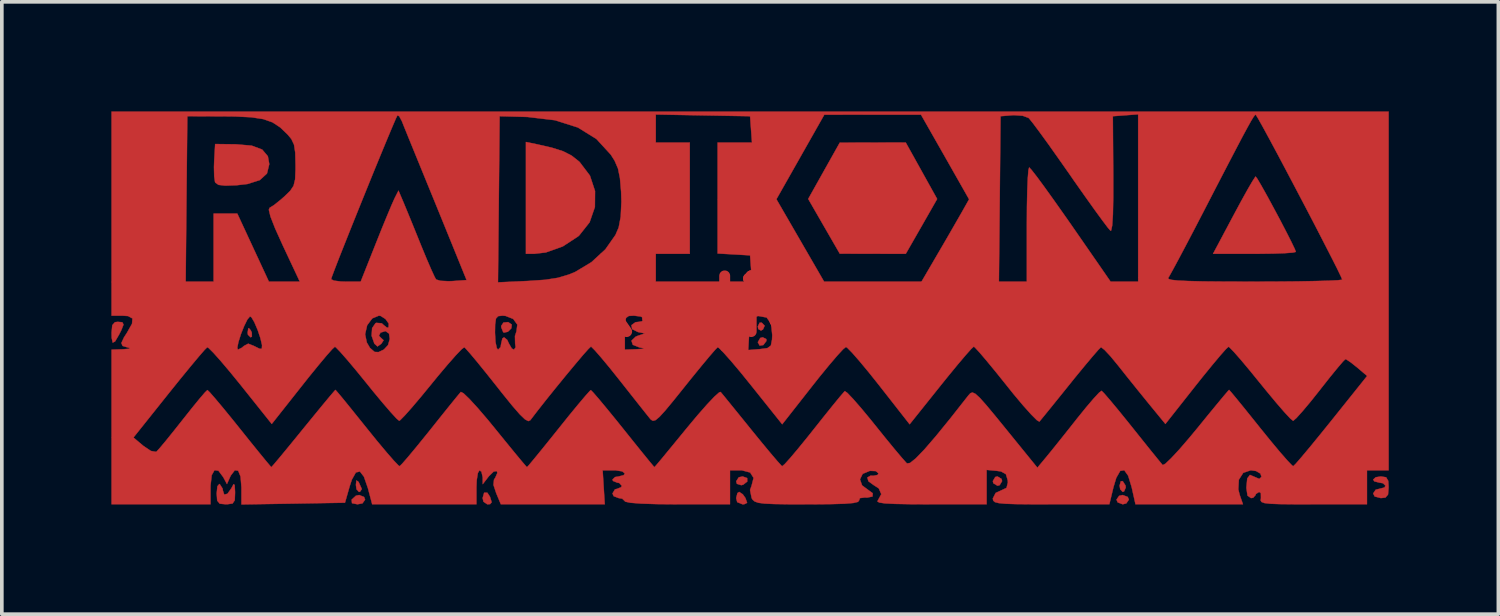
<source format=kicad_pcb>
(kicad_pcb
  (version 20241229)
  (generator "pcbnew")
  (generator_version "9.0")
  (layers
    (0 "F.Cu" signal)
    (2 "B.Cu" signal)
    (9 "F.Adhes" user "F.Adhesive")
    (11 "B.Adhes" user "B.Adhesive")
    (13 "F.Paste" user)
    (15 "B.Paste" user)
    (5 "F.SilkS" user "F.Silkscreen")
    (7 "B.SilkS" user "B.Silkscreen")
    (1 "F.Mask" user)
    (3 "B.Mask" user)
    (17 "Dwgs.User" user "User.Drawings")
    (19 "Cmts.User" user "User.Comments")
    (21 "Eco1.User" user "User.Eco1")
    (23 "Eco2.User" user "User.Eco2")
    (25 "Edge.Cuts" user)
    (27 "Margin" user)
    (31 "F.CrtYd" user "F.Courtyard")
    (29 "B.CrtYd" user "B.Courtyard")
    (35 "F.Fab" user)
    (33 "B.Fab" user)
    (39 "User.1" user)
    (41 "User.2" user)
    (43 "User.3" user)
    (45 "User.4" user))
  (footprint "Radiona"
    (layer "F.Cu")
    (at 17.446 5.339)
    (property "Reference" "Radiona" (at 0 0 0) (layer "F.Cu") (effects (font (size 1.524 1.524) (thickness 0.3))))
    (attr through_hole)
    (fp_poly (pts (xy 0.442 0.53) (xy 0.394 0.634) (xy 0.339 0.663) (xy 0.267 0.62) (xy 0.254 0.55) (xy 0.303 0.448) (xy 0.36 0.445) (xy 0.442 0.53)) (stroke (width 0.01) (type solid)) (fill yes) (layer "F.Cu"))
    (fp_poly (pts (xy 0.487 0.896) (xy 0.489 0.947) (xy 0.404 1.059) (xy 0.303 1.073) (xy 0.254 0.981) (xy 0.322 0.864) (xy 0.388 0.847) (xy 0.487 0.896)) (stroke (width 0.01) (type solid)) (fill yes) (layer "F.Cu"))
    (fp_poly (pts (xy -13.628 0.659) (xy -13.601 0.72) (xy -13.599 0.829) (xy -13.634 0.847) (xy -13.707 0.778) (xy -13.716 0.72) (xy -13.698 0.607) (xy -13.683 0.593) (xy -13.628 0.659)) (stroke (width 0.01) (type solid)) (fill yes) (layer "F.Cu"))
    (fp_poly (pts (xy -10.688 4.796) (xy -10.668 4.826) (xy -10.589 5.001) (xy -10.64 5.077) (xy -10.668 5.08) (xy -10.734 5.008) (xy -10.751 4.889) (xy -10.738 4.766) (xy -10.688 4.796)) (stroke (width 0.01) (type solid)) (fill yes) (layer "F.Cu"))
    (fp_poly (pts (xy -10.527 5.22) (xy -10.499 5.292) (xy -10.572 5.394) (xy -10.708 5.419) (xy -10.858 5.389) (xy -10.868 5.292) (xy -10.752 5.185) (xy -10.659 5.165) (xy -10.527 5.22)) (stroke (width 0.01) (type solid)) (fill yes) (layer "F.Cu"))
    (fp_poly (pts (xy -7.079 5.214) (xy -7.033 5.364) (xy -7.077 5.414) (xy -7.154 5.419) (xy -7.258 5.348) (xy -7.281 5.249) (xy -7.24 5.103) (xy -7.151 5.103) (xy -7.079 5.214)) (stroke (width 0.01) (type solid)) (fill yes) (layer "F.Cu"))
    (fp_poly (pts (xy -0.038 4.701) (xy -0.035 4.796) (xy -0.144 4.881) (xy -0.198 4.896) (xy -0.318 4.859) (xy -0.339 4.79) (xy -0.267 4.68) (xy -0.162 4.657) (xy -0.038 4.701)) (stroke (width 0.01) (type solid)) (fill yes) (layer "F.Cu"))
    (fp_poly (pts (xy 6.928 4.724) (xy 6.943 4.784) (xy 6.875 4.896) (xy 6.816 4.911) (xy 6.703 4.843) (xy 6.689 4.784) (xy 6.756 4.671) (xy 6.816 4.657) (xy 6.928 4.724)) (stroke (width 0.01) (type solid)) (fill yes) (layer "F.Cu"))
    (fp_poly (pts (xy 10.323 4.906) (xy 10.329 4.958) (xy 10.282 5.067) (xy 10.245 5.08) (xy 10.177 5.009) (xy 10.16 4.906) (xy 10.193 4.789) (xy 10.245 4.784) (xy 10.323 4.906)) (stroke (width 0.01) (type solid)) (fill yes) (layer "F.Cu"))
    (fp_poly (pts (xy 10.383 5.218) (xy 10.414 5.292) (xy 10.343 5.395) (xy 10.245 5.419) (xy 10.107 5.366) (xy 10.075 5.292) (xy 10.146 5.188) (xy 10.245 5.165) (xy 10.383 5.218)) (stroke (width 0.01) (type solid)) (fill yes) (layer "F.Cu"))
    (fp_poly (pts (xy -6.483 0.498) (xy -6.495 0.601) (xy -6.59 0.695) (xy -6.697 0.718) (xy -6.718 0.705) (xy -6.77 0.577) (xy -6.773 0.536) (xy -6.711 0.443) (xy -6.582 0.43) (xy -6.483 0.498)) (stroke (width 0.01) (type solid)) (fill yes) (layer "F.Cu"))
    (fp_poly (pts (xy -0.157 5.146) (xy -0.085 5.249) (xy -0.039 5.378) (xy -0.117 5.417) (xy -0.166 5.419) (xy -0.31 5.36) (xy -0.339 5.249) (xy -0.304 5.112) (xy -0.257 5.08) (xy -0.157 5.146)) (stroke (width 0.01) (type solid)) (fill yes) (layer "F.Cu"))
    (fp_poly (pts (xy -17.146 0.435) (xy -17.114 0.498) (xy -17.173 0.649) (xy -17.232 0.766) (xy -17.345 0.96) (xy -17.41 0.993) (xy -17.438 0.863) (xy -17.441 0.72) (xy -17.422 0.515) (xy -17.348 0.433) (xy -17.272 0.423) (xy -17.146 0.435)) (stroke (width 0.01) (type solid)) (fill yes) (layer "F.Cu"))
    (fp_poly (pts (xy 4.734 -3.714) (xy 5.164 -2.941) (xy 4.735 -2.19) (xy 4.305 -1.439) (xy 3.401 -1.441) (xy 2.498 -1.443) (xy 2.066 -2.192) (xy 1.634 -2.942) (xy 2.066 -3.713) (xy 2.498 -4.483) (xy 3.401 -4.485) (xy 4.304 -4.487) (xy 4.734 -3.714)) (stroke (width 0.01) (type solid)) (fill yes) (layer "F.Cu"))
    (fp_poly (pts (xy -14.035 -4.438) (xy -13.604 -4.401) (xy -13.317 -4.294) (xy -13.162 -4.111) (xy -13.123 -3.895) (xy -13.186 -3.638) (xy -13.382 -3.458) (xy -13.719 -3.351) (xy -14.016 -3.317) (xy -14.33 -3.306) (xy -14.512 -3.327) (xy -14.597 -3.386) (xy -14.609 -3.408) (xy -14.631 -3.56) (xy -14.637 -3.813) (xy -14.631 -3.989) (xy -14.605 -4.445) (xy -14.035 -4.438)) (stroke (width 0.01) (type solid)) (fill yes) (layer "F.Cu"))
    (fp_poly (pts (xy -5.821 -4.445) (xy -5.387 -4.346) (xy -5.076 -4.247) (xy -4.844 -4.128) (xy -4.644 -3.97) (xy -4.626 -3.954) (xy -4.343 -3.581) (xy -4.203 -3.158) (xy -4.207 -2.72) (xy -4.352 -2.302) (xy -4.639 -1.94) (xy -4.667 -1.916) (xy -5.086 -1.642) (xy -5.552 -1.476) (xy -5.873 -1.439) (xy -6.096 -1.439) (xy -6.096 -4.501) (xy -5.821 -4.445)) (stroke (width 0.01) (type solid)) (fill yes) (layer "F.Cu"))
    (fp_poly (pts (xy 17.457 4.679) (xy 17.516 4.778) (xy 17.526 4.953) (xy 17.51 5.153) (xy 17.439 5.235) (xy 17.314 5.249) (xy 17.144 5.205) (xy 17.103 5.122) (xy 17.173 5.019) (xy 17.272 4.995) (xy 17.41 4.96) (xy 17.441 4.911) (xy 17.37 4.842) (xy 17.272 4.826) (xy 17.134 4.791) (xy 17.103 4.741) (xy 17.175 4.678) (xy 17.314 4.657) (xy 17.457 4.679)) (stroke (width 0.01) (type solid)) (fill yes) (layer "F.Cu"))
    (fp_poly (pts (xy -14.478 4.868) (xy -14.4 4.991) (xy -14.393 5.043) (xy -14.356 5.154) (xy -14.267 5.13) (xy -14.161 4.98) (xy -14.158 4.974) (xy -14.099 4.867) (xy -14.071 4.891) (xy -14.061 5.062) (xy -14.06 5.101) (xy -14.068 5.309) (xy -14.128 5.398) (xy -14.278 5.419) (xy -14.309 5.419) (xy -14.478 5.403) (xy -14.549 5.32) (xy -14.563 5.121) (xy -14.563 5.117) (xy -14.543 4.925) (xy -14.49 4.863) (xy -14.478 4.868)) (stroke (width 0.01) (type solid)) (fill yes) (layer "F.Cu"))
    (fp_poly (pts (xy 13.937 -3.485) (xy 14.047 -3.297) (xy 14.199 -3.026) (xy 14.374 -2.703) (xy 14.556 -2.363) (xy 14.725 -2.038) (xy 14.865 -1.762) (xy 14.958 -1.568) (xy 14.986 -1.492) (xy 14.906 -1.473) (xy 14.689 -1.457) (xy 14.363 -1.445) (xy 13.962 -1.44) (xy 13.852 -1.439) (xy 12.718 -1.439) (xy 13.281 -2.497) (xy 13.485 -2.876) (xy 13.662 -3.195) (xy 13.797 -3.427) (xy 13.874 -3.545) (xy 13.885 -3.555) (xy 13.937 -3.485)) (stroke (width 0.01) (type solid)) (fill yes) (layer "F.Cu"))
    (fp_poly (pts (xy 17.526 4.487) (xy 16.933 4.487) (xy 16.933 5.419) (xy 15.46 5.419) (xy 14.929 5.418) (xy 14.544 5.414) (xy 14.284 5.404) (xy 14.125 5.385) (xy 14.045 5.355) (xy 14.021 5.312) (xy 14.03 5.251) (xy 14.03 5.249) (xy 14.028 5.114) (xy 13.98 5.08) (xy 13.89 5.139) (xy 13.885 5.165) (xy 13.817 5.24) (xy 13.758 5.249) (xy 13.662 5.182) (xy 13.631 4.969) (xy 13.631 4.967) (xy 13.655 4.712) (xy 13.729 4.614) (xy 13.858 4.669) (xy 13.858 4.669) (xy 13.986 4.724) (xy 14.045 4.668) (xy 14.016 4.578) (xy 13.896 4.508) (xy 13.752 4.487) (xy 13.545 4.558) (xy 13.425 4.745) (xy 13.41 5.009) (xy 13.447 5.158) (xy 13.538 5.419) (xy 10.595 5.419) (xy 10.491 4.953) (xy 10.394 4.635) (xy 10.287 4.486) (xy 10.177 4.505) (xy 10.069 4.693) (xy 9.991 4.953) (xy 9.879 5.419) (xy 8.284 5.419) (xy 7.727 5.418) (xy 7.317 5.414) (xy 7.032 5.404) (xy 6.849 5.386) (xy 6.746 5.359) (xy 6.7 5.319) (xy 6.689 5.265) (xy 6.689 5.259) (xy 6.766 5.108) (xy 6.906 5.044) (xy 7.064 4.969) (xy 7.101 4.82) (xy 7.096 4.76) (xy 7.047 4.594) (xy 6.914 4.52) (xy 6.795 4.503) (xy 6.519 4.477) (xy 6.519 5.419) (xy 4.978 5.419) (xy 4.416 5.416) (xy 4.006 5.408) (xy 3.733 5.394) (xy 3.579 5.371) (xy 3.528 5.34) (xy 3.539 5.317) (xy 3.635 5.141) (xy 3.566 4.983) (xy 3.427 4.894) (xy 3.282 4.788) (xy 3.253 4.686) (xy 3.343 4.634) (xy 3.417 4.639) (xy 3.535 4.615) (xy 3.556 4.57) (xy 3.484 4.51) (xy 3.323 4.503) (xy 3.125 4.585) (xy 3.051 4.736) (xy 3.109 4.902) (xy 3.251 5.007) (xy 3.4 5.116) (xy 3.394 5.206) (xy 3.243 5.237) (xy 3.189 5.232) (xy 3.049 5.25) (xy 3.027 5.313) (xy 2.996 5.353) (xy 2.872 5.383) (xy 2.637 5.403) (xy 2.273 5.414) (xy 1.762 5.419) (xy 1.612 5.419) (xy 1.086 5.418) (xy 0.704 5.412) (xy 0.44 5.4) (xy 0.271 5.378) (xy 0.17 5.343) (xy 0.112 5.293) (xy 0.085 5.249) (xy 0.041 5.027) (xy 0.081 4.917) (xy 0.138 4.697) (xy 0.045 4.549) (xy -0.186 4.488) (xy -0.221 4.487) (xy -0.508 4.487) (xy -0.508 5.419) (xy -1.947 5.419) (xy -2.509 5.414) (xy -2.942 5.4) (xy -3.235 5.377) (xy -3.376 5.347) (xy -3.387 5.334) (xy -3.458 5.265) (xy -3.556 5.249) (xy -3.694 5.196) (xy -3.725 5.122) (xy -3.658 5.01) (xy -3.598 4.995) (xy -3.486 4.95) (xy -3.471 4.911) (xy -3.54 4.836) (xy -3.598 4.826) (xy -3.711 4.78) (xy -3.725 4.741) (xy -3.654 4.673) (xy -3.556 4.657) (xy -3.418 4.621) (xy -3.387 4.572) (xy -3.461 4.517) (xy -3.645 4.488) (xy -3.691 4.487) (xy -3.995 4.487) (xy -3.966 4.953) (xy -3.937 5.419) (xy -5.359 5.419) (xy -6.782 5.419) (xy -6.909 5.115) (xy -6.984 4.888) (xy -6.97 4.744) (xy -6.935 4.69) (xy -6.878 4.561) (xy -6.894 4.508) (xy -6.98 4.524) (xy -7.107 4.647) (xy -7.116 4.658) (xy -7.278 4.868) (xy -7.279 4.678) (xy -7.313 4.529) (xy -7.366 4.487) (xy -7.412 4.564) (xy -7.443 4.761) (xy -7.451 4.953) (xy -7.451 5.419) (xy -10.305 5.419) (xy -10.423 4.975) (xy -10.531 4.664) (xy -10.641 4.521) (xy -10.752 4.547) (xy -10.861 4.742) (xy -10.923 4.93) (xy -11.05 5.376) (xy -12.468 5.4) (xy -13.885 5.423) (xy -13.885 4.955) (xy -13.909 4.66) (xy -13.974 4.5) (xy -14.066 4.487) (xy -14.176 4.63) (xy -14.198 4.676) (xy -14.282 4.865) (xy -14.383 4.676) (xy -14.514 4.5) (xy -14.623 4.485) (xy -14.699 4.622) (xy -14.731 4.903) (xy -14.732 4.953) (xy -14.732 5.419) (xy -17.441 5.419) (xy -17.441 3.591) (xy -16.842 3.591) (xy -16.57 3.82) (xy -16.363 3.959) (xy -16.224 3.983) (xy -16.208 3.974) (xy -16.123 3.881) (xy -15.958 3.684) (xy -15.738 3.411) (xy -15.489 3.097) (xy -15.242 2.786) (xy -15.034 2.531) (xy -14.885 2.357) (xy -14.817 2.291) (xy -14.817 2.291) (xy -14.752 2.353) (xy -14.602 2.525) (xy -14.383 2.786) (xy -14.116 3.113) (xy -13.929 3.346) (xy -13.643 3.703) (xy -13.395 4.009) (xy -13.205 4.241) (xy -13.091 4.376) (xy -13.066 4.403) (xy -13.01 4.34) (xy -12.865 4.169) (xy -12.65 3.909) (xy -12.384 3.584) (xy -12.189 3.344) (xy -11.898 2.988) (xy -11.647 2.682) (xy -11.454 2.45) (xy -11.337 2.313) (xy -11.311 2.286) (xy -11.255 2.349) (xy -11.111 2.521) (xy -10.899 2.782) (xy -10.636 3.109) (xy -10.451 3.339) (xy -10.163 3.695) (xy -9.909 3.998) (xy -9.711 4.225) (xy -9.586 4.355) (xy -9.553 4.376) (xy -9.484 4.308) (xy -9.329 4.13) (xy -9.11 3.867) (xy -8.846 3.542) (xy -8.721 3.387) (xy -8.442 3.037) (xy -8.198 2.733) (xy -8.009 2.5) (xy -7.896 2.364) (xy -7.877 2.342) (xy -7.804 2.38) (xy -7.645 2.532) (xy -7.421 2.776) (xy -7.15 3.092) (xy -6.949 3.337) (xy -6.658 3.695) (xy -6.407 4.002) (xy -6.213 4.236) (xy -6.095 4.374) (xy -6.067 4.403) (xy -6.009 4.34) (xy -5.865 4.167) (xy -5.652 3.906) (xy -5.388 3.579) (xy -5.202 3.347) (xy -4.915 2.989) (xy -4.664 2.684) (xy -4.469 2.453) (xy -4.348 2.318) (xy -4.318 2.293) (xy -4.254 2.357) (xy -4.103 2.531) (xy -3.885 2.793) (xy -3.618 3.12) (xy -3.434 3.349) (xy -3.148 3.706) (xy -2.902 4.011) (xy -2.714 4.242) (xy -2.601 4.377) (xy -2.577 4.403) (xy -2.522 4.341) (xy -2.377 4.169) (xy -2.163 3.909) (xy -1.896 3.584) (xy -1.694 3.337) (xy -1.4 2.985) (xy -1.141 2.69) (xy -0.936 2.473) (xy -0.804 2.356) (xy -0.765 2.343) (xy -0.692 2.431) (xy -0.534 2.625) (xy -0.31 2.901) (xy -0.041 3.233) (xy 0.083 3.387) (xy 0.363 3.73) (xy 0.606 4.023) (xy 0.792 4.241) (xy 0.902 4.362) (xy 0.921 4.377) (xy 0.989 4.32) (xy 1.141 4.152) (xy 1.358 3.894) (xy 1.622 3.57) (xy 1.777 3.375) (xy 2.059 3.02) (xy 2.305 2.714) (xy 2.496 2.481) (xy 2.613 2.345) (xy 2.637 2.321) (xy 2.707 2.371) (xy 2.861 2.532) (xy 3.079 2.782) (xy 3.341 3.098) (xy 3.462 3.248) (xy 3.743 3.597) (xy 3.994 3.903) (xy 4.193 4.139) (xy 4.316 4.278) (xy 4.339 4.3) (xy 4.423 4.287) (xy 4.579 4.162) (xy 4.813 3.92) (xy 5.128 3.555) (xy 5.53 3.061) (xy 6.021 2.437) (xy 6.075 2.377) (xy 6.133 2.358) (xy 6.213 2.395) (xy 6.332 2.504) (xy 6.507 2.7) (xy 6.756 2.999) (xy 7.033 3.339) (xy 7.909 4.417) (xy 8.144 4.135) (xy 8.293 3.953) (xy 8.514 3.678) (xy 8.775 3.35) (xy 8.994 3.073) (xy 9.239 2.77) (xy 9.448 2.525) (xy 9.598 2.363) (xy 9.666 2.311) (xy 9.736 2.38) (xy 9.89 2.558) (xy 10.11 2.822) (xy 10.374 3.147) (xy 10.498 3.302) (xy 10.777 3.651) (xy 11.021 3.955) (xy 11.21 4.188) (xy 11.322 4.324) (xy 11.342 4.346) (xy 11.415 4.307) (xy 11.573 4.156) (xy 11.799 3.913) (xy 12.071 3.597) (xy 12.275 3.351) (xy 12.566 2.993) (xy 12.818 2.687) (xy 13.012 2.453) (xy 13.13 2.315) (xy 13.158 2.286) (xy 13.214 2.349) (xy 13.357 2.521) (xy 13.57 2.782) (xy 13.833 3.109) (xy 14.017 3.339) (xy 14.306 3.695) (xy 14.559 3.998) (xy 14.758 4.225) (xy 14.883 4.355) (xy 14.915 4.376) (xy 14.984 4.308) (xy 15.14 4.128) (xy 15.366 3.858) (xy 15.644 3.518) (xy 15.955 3.133) (xy 16.938 1.905) (xy 16.664 1.672) (xy 16.485 1.53) (xy 16.364 1.45) (xy 16.344 1.444) (xy 16.278 1.508) (xy 16.129 1.682) (xy 15.92 1.938) (xy 15.672 2.252) (xy 15.643 2.29) (xy 15.388 2.61) (xy 15.167 2.873) (xy 15.002 3.056) (xy 14.915 3.132) (xy 14.911 3.133) (xy 14.834 3.07) (xy 14.673 2.897) (xy 14.447 2.636) (xy 14.177 2.311) (xy 14.019 2.117) (xy 13.734 1.767) (xy 13.485 1.469) (xy 13.29 1.247) (xy 13.169 1.123) (xy 13.142 1.105) (xy 13.072 1.169) (xy 12.916 1.345) (xy 12.695 1.609) (xy 12.427 1.938) (xy 12.247 2.164) (xy 11.414 3.219) (xy 10.959 2.664) (xy 10.678 2.318) (xy 10.374 1.94) (xy 10.112 1.61) (xy 10.106 1.603) (xy 9.909 1.364) (xy 9.749 1.193) (xy 9.656 1.12) (xy 9.648 1.12) (xy 9.576 1.191) (xy 9.42 1.37) (xy 9.198 1.635) (xy 8.931 1.96) (xy 8.805 2.117) (xy 8.525 2.465) (xy 8.281 2.767) (xy 8.093 2.998) (xy 7.982 3.133) (xy 7.963 3.156) (xy 7.894 3.115) (xy 7.74 2.961) (xy 7.52 2.715) (xy 7.253 2.397) (xy 7.064 2.161) (xy 6.776 1.802) (xy 6.523 1.495) (xy 6.325 1.262) (xy 6.2 1.127) (xy 6.167 1.101) (xy 6.098 1.164) (xy 5.944 1.337) (xy 5.722 1.599) (xy 5.453 1.927) (xy 5.262 2.164) (xy 4.411 3.228) (xy 3.581 2.168) (xy 3.294 1.808) (xy 3.039 1.501) (xy 2.836 1.269) (xy 2.704 1.135) (xy 2.667 1.111) (xy 2.588 1.175) (xy 2.426 1.351) (xy 2.2 1.616) (xy 1.93 1.946) (xy 1.752 2.171) (xy 0.922 3.228) (xy 0.069 2.161) (xy -0.221 1.803) (xy -0.477 1.499) (xy -0.68 1.271) (xy -0.754 1.196) (xy -0.009 1.196) (xy 0.313 1.17) (xy 0.516 1.143) (xy 0.611 1.074) (xy 0.643 0.911) (xy 0.649 0.787) (xy 0.618 0.477) (xy 0.496 0.305) (xy 0.275 0.264) (xy 0.237 0.269) (xy 0.122 0.305) (xy 0.058 0.402) (xy 0.026 0.604) (xy 0.017 0.746) (xy -0.009 1.196) (xy -0.754 1.196) (xy -0.809 1.141) (xy -0.845 1.118) (xy -0.916 1.19) (xy -1.073 1.371) (xy -1.296 1.639) (xy -1.566 1.97) (xy -1.739 2.186) (xy -2.054 2.578) (xy -2.281 2.852) (xy -2.439 3.025) (xy -2.545 3.114) (xy -2.617 3.133) (xy -2.673 3.101) (xy -2.704 3.065) (xy -2.805 2.939) (xy -2.986 2.711) (xy -3.224 2.41) (xy -3.494 2.068) (xy -3.547 2.001) (xy -3.811 1.671) (xy -4.04 1.396) (xy -4.212 1.199) (xy -4.307 1.105) (xy -4.316 1.101) (xy -4.382 1.163) (xy -4.532 1.331) (xy -4.743 1.581) (xy -4.996 1.885) (xy -5.267 2.217) (xy -5.536 2.551) (xy -5.781 2.862) (xy -5.976 3.117) (xy -6.03 3.141) (xy -6.12 3.094) (xy -6.26 2.96) (xy -6.465 2.725) (xy -6.749 2.374) (xy -6.893 2.191) (xy -7.179 1.832) (xy -7.43 1.522) (xy -7.628 1.286) (xy -7.752 1.147) (xy -7.783 1.119) (xy -7.856 1.173) (xy -8.014 1.338) (xy -8.238 1.592) (xy -8.508 1.912) (xy -8.673 2.114) (xy -8.96 2.464) (xy -9.213 2.763) (xy -9.412 2.987) (xy -9.536 3.113) (xy -9.565 3.133) (xy -9.639 3.07) (xy -9.798 2.897) (xy -10.022 2.637) (xy -10.292 2.312) (xy -10.449 2.117) (xy -10.734 1.767) (xy -10.984 1.469) (xy -11.179 1.247) (xy -11.299 1.123) (xy -11.326 1.105) (xy -11.397 1.169) (xy -11.553 1.345) (xy -11.774 1.609) (xy -12.042 1.938) (xy -12.221 2.164) (xy -13.055 3.219) (xy -13.904 2.156) (xy -14.195 1.799) (xy -14.451 1.496) (xy -14.654 1.269) (xy -14.784 1.14) (xy -14.792 1.135) (xy -13.999 1.135) (xy -13.982 1.185) (xy -13.875 1.133) (xy -13.815 1.082) (xy -13.699 1.021) (xy -13.543 1.083) (xy -13.536 1.087) (xy -13.391 1.159) (xy -13.327 1.163) (xy -13.321 1.061) (xy -13.366 0.869) (xy -13.402 0.761) (xy -10.499 0.761) (xy -10.499 0.762) (xy -10.453 0.988) (xy -10.366 1.137) (xy -10.239 1.247) (xy -10.131 1.252) (xy -9.985 1.182) (xy -9.872 1.061) (xy -9.823 0.893) (xy -9.844 0.744) (xy -9.879 0.72) (xy -6.943 0.72) (xy -6.929 0.975) (xy -6.893 1.144) (xy -6.858 1.185) (xy -6.789 1.114) (xy -6.773 1.016) (xy -6.74 0.878) (xy -6.694 0.847) (xy -6.608 0.917) (xy -6.562 1.016) (xy -6.483 1.153) (xy -6.423 1.185) (xy -6.377 1.119) (xy -6.391 1.019) (xy -6.396 0.81) (xy -6.366 0.719) (xy -3.387 0.719) (xy -3.387 1.185) (xy -3.069 1.173) (xy -2.889 1.162) (xy -2.87 1.146) (xy -2.985 1.125) (xy -3.169 1.052) (xy -3.206 0.94) (xy -3.092 0.83) (xy -3.027 0.803) (xy -2.836 0.741) (xy -3.027 0.703) (xy -3.187 0.623) (xy -3.208 0.515) (xy -3.096 0.434) (xy -3.001 0.423) (xy -2.857 0.396) (xy -2.836 0.339) (xy -2.951 0.278) (xy -3.138 0.254) (xy -3.28 0.262) (xy -3.354 0.315) (xy -3.382 0.453) (xy -3.387 0.719) (xy -6.366 0.719) (xy -6.355 0.686) (xy -6.331 0.499) (xy -6.443 0.344) (xy -6.656 0.26) (xy -6.737 0.254) (xy -6.855 0.267) (xy -6.916 0.333) (xy -6.939 0.494) (xy -6.943 0.72) (xy -9.879 0.72) (xy -9.94 0.677) (xy -9.943 0.677) (xy -10.078 0.719) (xy -10.121 0.805) (xy -10.055 0.871) (xy -9.992 0.928) (xy -10.058 1.026) (xy -10.16 1.097) (xy -10.243 1.022) (xy -10.247 1.015) (xy -10.321 0.804) (xy -10.307 0.596) (xy -10.214 0.46) (xy -10.194 0.451) (xy -10.042 0.463) (xy -9.987 0.514) (xy -9.896 0.585) (xy -9.856 0.571) (xy -9.852 0.47) (xy -9.941 0.346) (xy -10.072 0.262) (xy -10.122 0.254) (xy -10.303 0.329) (xy -10.443 0.517) (xy -10.499 0.761) (xy -13.402 0.761) (xy -13.443 0.641) (xy -13.532 0.432) (xy -13.612 0.297) (xy -13.651 0.275) (xy -13.722 0.358) (xy -13.81 0.537) (xy -13.899 0.76) (xy -13.968 0.977) (xy -13.999 1.135) (xy -14.792 1.135) (xy -14.82 1.118) (xy -14.892 1.189) (xy -15.051 1.372) (xy -15.279 1.645) (xy -15.559 1.987) (xy -15.865 2.367) (xy -16.842 3.591) (xy -17.441 3.591) (xy -17.441 1.185) (xy -17.124 1.174) (xy -16.958 1.16) (xy -16.95 1.137) (xy -16.997 1.126) (xy -17.139 1.083) (xy -17.173 1.004) (xy -17.102 0.85) (xy -17.018 0.72) (xy -16.881 0.476) (xy -16.869 0.331) (xy -16.989 0.265) (xy -17.145 0.254) (xy -17.441 0.254) (xy -17.441 -0.658) (xy -6.861 -0.658) (xy -6.034 -0.696) (xy -5.569 -0.728) (xy -5.216 -0.783) (xy -4.917 -0.873) (xy -4.741 -0.946) (xy -4.3 -1.212) (xy -3.92 -1.562) (xy -3.644 -1.955) (xy -3.556 -2.159) (xy -3.5 -2.457) (xy -3.481 -2.865) (xy -3.489 -3.14) (xy -3.521 -3.512) (xy -3.575 -3.776) (xy -3.668 -3.991) (xy -3.773 -4.156) (xy -4.077 -4.487) (xy -2.54 -4.487) (xy -1.609 -4.487) (xy -1.609 -1.439) (xy -2.54 -1.439) (xy -2.54 -0.677) (xy 0.094 -0.677) (xy 0.042 -1.397) (xy -0.402 -1.423) (xy -0.847 -1.448) (xy -0.847 -2.934) (xy 0.763 -2.934) (xy 2.069 -0.677) (xy 4.736 -0.677) (xy 6.855 -0.677) (xy 7.62 -0.677) (xy 7.62 -2.244) (xy 7.623 -2.737) (xy 7.632 -3.167) (xy 7.646 -3.505) (xy 7.663 -3.727) (xy 7.684 -3.806) (xy 7.748 -3.738) (xy 7.894 -3.551) (xy 8.106 -3.263) (xy 8.37 -2.895) (xy 8.672 -2.467) (xy 8.831 -2.24) (xy 9.914 -0.677) (xy 10.668 -0.677) (xy 10.668 -0.783) (xy 11.492 -0.783) (xy 11.499 -0.751) (xy 11.584 -0.726) (xy 11.763 -0.707) (xy 12.05 -0.694) (xy 12.459 -0.684) (xy 13.006 -0.679) (xy 13.705 -0.677) (xy 13.833 -0.677) (xy 14.454 -0.679) (xy 15.016 -0.684) (xy 15.498 -0.693) (xy 15.879 -0.703) (xy 16.137 -0.716) (xy 16.252 -0.73) (xy 16.256 -0.733) (xy 16.218 -0.823) (xy 16.114 -1.039) (xy 15.953 -1.357) (xy 15.749 -1.755) (xy 15.514 -2.211) (xy 15.258 -2.702) (xy 14.993 -3.206) (xy 14.732 -3.701) (xy 14.487 -4.163) (xy 14.268 -4.571) (xy 14.088 -4.902) (xy 13.959 -5.133) (xy 13.892 -5.243) (xy 13.886 -5.249) (xy 13.863 -5.234) (xy 13.823 -5.181) (xy 13.759 -5.076) (xy 13.663 -4.903) (xy 13.526 -4.65) (xy 13.343 -4.302) (xy 13.104 -3.844) (xy 12.802 -3.262) (xy 12.473 -2.625) (xy 12.213 -2.124) (xy 11.975 -1.67) (xy 11.772 -1.287) (xy 11.615 -0.996) (xy 11.517 -0.821) (xy 11.492 -0.783) (xy 10.668 -0.783) (xy 10.668 -5.259) (xy 9.975 -5.207) (xy 9.986 -3.612) (xy 9.986 -2.984) (xy 9.977 -2.517) (xy 9.957 -2.214) (xy 9.928 -2.077) (xy 9.912 -2.071) (xy 9.84 -2.153) (xy 9.688 -2.354) (xy 9.471 -2.652) (xy 9.205 -3.025) (xy 8.904 -3.452) (xy 8.808 -3.592) (xy 8.497 -4.035) (xy 8.214 -4.435) (xy 7.972 -4.768) (xy 7.79 -5.012) (xy 7.683 -5.145) (xy 7.668 -5.16) (xy 7.508 -5.219) (xy 7.27 -5.236) (xy 7.224 -5.234) (xy 6.9 -5.207) (xy 6.878 -2.942) (xy 6.855 -0.677) (xy 4.736 -0.677) (xy 5.193 -1.46) (xy 5.407 -1.827) (xy 5.61 -2.179) (xy 5.775 -2.466) (xy 5.845 -2.588) (xy 6.039 -2.932) (xy 5.381 -4.091) (xy 4.722 -5.249) (xy 3.398 -5.249) (xy 2.074 -5.248) (xy 0.763 -2.934) (xy -0.847 -2.934) (xy -0.847 -4.487) (xy 0.094 -4.487) (xy 0.042 -5.207) (xy -1.249 -5.23) (xy -2.54 -5.254) (xy -2.54 -4.487) (xy -4.077 -4.487) (xy -4.166 -4.584) (xy -4.673 -4.898) (xy -5.299 -5.097) (xy -6.05 -5.186) (xy -6.138 -5.189) (xy -6.816 -5.207) (xy -6.838 -2.932) (xy -6.861 -0.658) (xy -17.441 -0.658) (xy -17.441 -0.677) (xy -15.412 -0.677) (xy -14.647 -0.677) (xy -14.647 -2.54) (xy -13.998 -2.54) (xy -13.133 -0.677) (xy -12.287 -0.677) (xy -12.318 -0.744) (xy -11.43 -0.744) (xy -11.354 -0.705) (xy -11.161 -0.681) (xy -11.025 -0.677) (xy -10.62 -0.677) (xy -10.208 -1.714) (xy -10.045 -2.122) (xy -9.894 -2.489) (xy -9.773 -2.777) (xy -9.696 -2.95) (xy -9.691 -2.961) (xy -9.585 -3.17) (xy -9.442 -2.834) (xy -9.35 -2.612) (xy -9.215 -2.283) (xy -9.06 -1.901) (xy -8.959 -1.651) (xy -8.813 -1.298) (xy -8.686 -1.004) (xy -8.593 -0.803) (xy -8.554 -0.736) (xy -8.438 -0.7) (xy -8.218 -0.689) (xy -8.105 -0.693) (xy -7.72 -0.72) (xy -8.167 -1.82) (xy -8.378 -2.338) (xy -8.612 -2.912) (xy -8.84 -3.469) (xy -9.014 -3.895) (xy -9.175 -4.289) (xy -9.319 -4.642) (xy -9.43 -4.915) (xy -9.492 -5.071) (xy -9.492 -5.071) (xy -9.565 -5.206) (xy -9.613 -5.232) (xy -9.656 -5.144) (xy -9.751 -4.923) (xy -9.889 -4.594) (xy -10.06 -4.181) (xy -10.254 -3.709) (xy -10.46 -3.202) (xy -10.669 -2.685) (xy -10.871 -2.183) (xy -11.056 -1.719) (xy -11.215 -1.319) (xy -11.336 -1.006) (xy -11.411 -0.806) (xy -11.43 -0.744) (xy -12.318 -0.744) (xy -12.753 -1.67) (xy -12.963 -2.135) (xy -13.09 -2.459) (xy -13.135 -2.645) (xy -13.115 -2.698) (xy -12.994 -2.773) (xy -12.807 -2.923) (xy -12.707 -3.011) (xy -12.547 -3.167) (xy -12.457 -3.304) (xy -12.415 -3.478) (xy -12.404 -3.745) (xy -12.404 -3.881) (xy -12.412 -4.212) (xy -12.445 -4.427) (xy -12.518 -4.582) (xy -12.615 -4.7) (xy -12.823 -4.9) (xy -13.034 -5.039) (xy -13.286 -5.128) (xy -13.614 -5.178) (xy -14.055 -5.2) (xy -14.351 -5.203) (xy -15.367 -5.207) (xy -15.39 -2.942) (xy -15.412 -0.677) (xy -17.441 -0.677) (xy -17.441 -5.334) (xy 17.526 -5.334) (xy 17.526 4.487)) (stroke (width 0.01) (type solid)) (fill yes) (layer "F.Cu")))
  (gr_rect
    (start -3 -3)
    (end 37.977 13.767)
    (stroke (width 0.1) (type default))
    (fill no)
    (layer "Edge.Cuts")))
</source>
